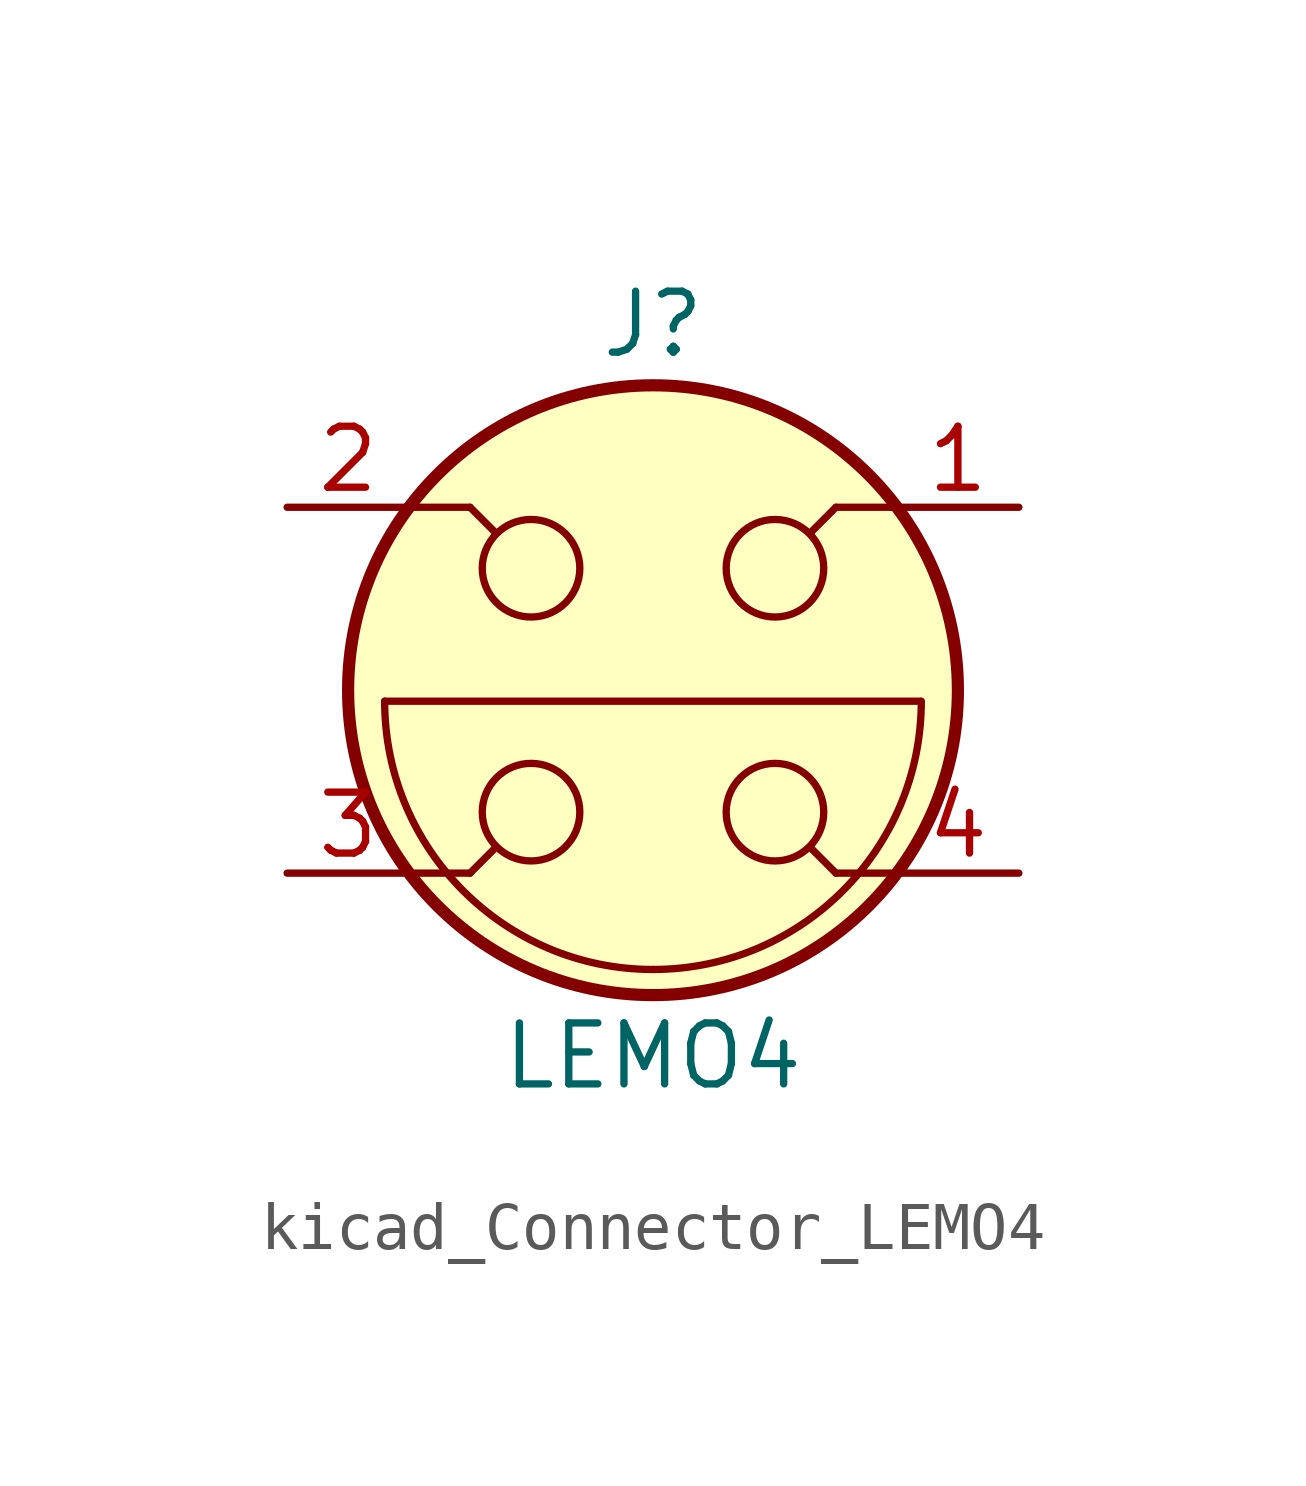
<source format=kicad_sym>
(kicad_symbol_lib
  (version 20220914)
  (generator kicad_symbol_editor)
  (symbol "kicad_Connector_LEMO4"
    (pin_names
      (offset 1.016) hide)
    (property "Reference" "J"
      (at 0 7.62 0)
      (effects (font (size 1.27 1.27))))
    (property "Value" "LEMO4"
      (at 0 -7.62 0)
      (effects (font (size 1.27 1.27))))
    (symbol "kicad_Connector_LEMO4_0_1"
      (arc (start -5.588 -0.2286) (mid -3.9513 -4.1799) (end 0 -5.8166) (stroke (width 0) (type default)) (fill (type none)))
      (circle (center -2.54 -2.54) (radius 1.016) (stroke (width 0) (type default)) (fill (type none)))
      (circle (center -2.54 2.54) (radius 1.016) (stroke (width 0) (type default)) (fill (type none)))
      (arc (start 0 -5.8166) (mid 3.9513 -4.1799) (end 5.588 -0.2286) (stroke (width 0) (type default)) (fill (type none)))
      (polyline (pts (xy -5.588 -0.229) (xy 5.563 -0.229)) (stroke (width 0) (type default)) (fill (type none)))
      (polyline (pts (xy -5.08 -3.81) (xy -3.81 -3.81)) (stroke (width 0) (type default)) (fill (type none)))
      (polyline (pts (xy -3.81 -3.81) (xy -3.302 -3.302)) (stroke (width 0) (type default)) (fill (type none)))
      (polyline (pts (xy -3.81 3.81) (xy -5.08 3.81)) (stroke (width 0) (type default)) (fill (type none)))
      (polyline (pts (xy -3.81 3.81) (xy -3.302 3.302)) (stroke (width 0) (type default)) (fill (type none)))
      (polyline (pts (xy 3.81 -3.81) (xy 3.302 -3.302)) (stroke (width 0) (type default)) (fill (type none)))
      (polyline (pts (xy 3.81 3.81) (xy 3.302 3.302)) (stroke (width 0) (type default)) (fill (type none)))
      (polyline (pts (xy 5.08 -3.81) (xy 3.81 -3.81)) (stroke (width 0) (type default)) (fill (type none)))
      (polyline (pts (xy 5.08 3.81) (xy 3.81 3.81)) (stroke (width 0) (type default)) (fill (type none)))
      (circle (center 0 0) (radius 6.35) (stroke (width 0.254) (type default)) (fill (type background)))
      (circle (center 2.54 -2.54) (radius 1.016) (stroke (width 0) (type default)) (fill (type none)))
      (circle (center 2.54 2.54) (radius 1.016) (stroke (width 0) (type default)) (fill (type none))))
    (symbol "kicad_Connector_LEMO4_1_1"
      (pin passive line (at 7.62 3.81 180) (length 2.54) (name "~" (effects (font (size 1.27 1.27)))) (number "1" (effects (font (size 1.27 1.27)))))
      (pin passive line (at -7.62 3.81 0) (length 2.54) (name "~" (effects (font (size 1.27 1.27)))) (number "2" (effects (font (size 1.27 1.27)))))
      (pin passive line (at -7.62 -3.81 0) (length 2.54) (name "~" (effects (font (size 1.27 1.27)))) (number "3" (effects (font (size 1.27 1.27)))))
      (pin passive line (at 7.62 -3.81 180) (length 2.54) (name "~" (effects (font (size 1.27 1.27)))) (number "4" (effects (font (size 1.27 1.27))))))))
</source>
